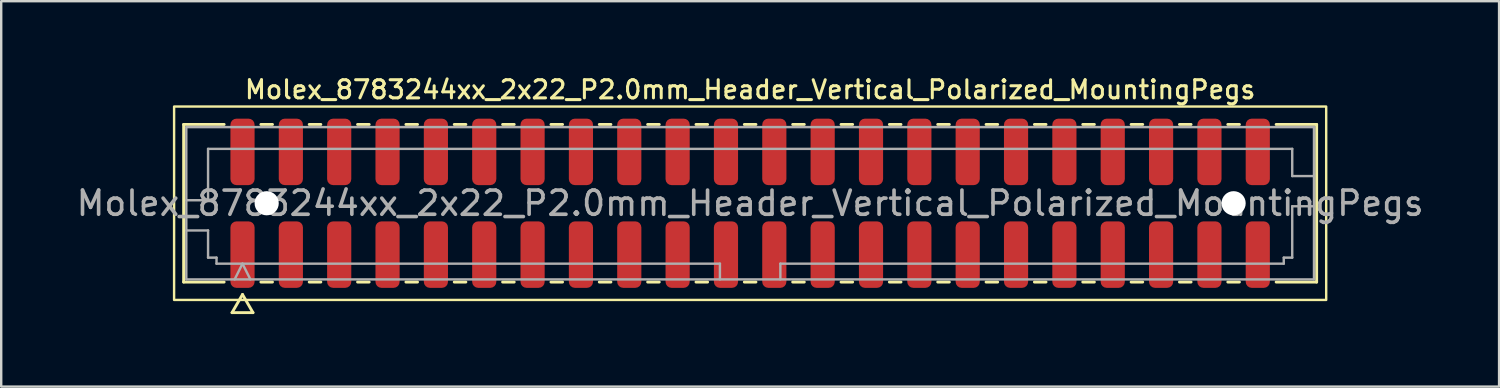
<source format=kicad_pcb>
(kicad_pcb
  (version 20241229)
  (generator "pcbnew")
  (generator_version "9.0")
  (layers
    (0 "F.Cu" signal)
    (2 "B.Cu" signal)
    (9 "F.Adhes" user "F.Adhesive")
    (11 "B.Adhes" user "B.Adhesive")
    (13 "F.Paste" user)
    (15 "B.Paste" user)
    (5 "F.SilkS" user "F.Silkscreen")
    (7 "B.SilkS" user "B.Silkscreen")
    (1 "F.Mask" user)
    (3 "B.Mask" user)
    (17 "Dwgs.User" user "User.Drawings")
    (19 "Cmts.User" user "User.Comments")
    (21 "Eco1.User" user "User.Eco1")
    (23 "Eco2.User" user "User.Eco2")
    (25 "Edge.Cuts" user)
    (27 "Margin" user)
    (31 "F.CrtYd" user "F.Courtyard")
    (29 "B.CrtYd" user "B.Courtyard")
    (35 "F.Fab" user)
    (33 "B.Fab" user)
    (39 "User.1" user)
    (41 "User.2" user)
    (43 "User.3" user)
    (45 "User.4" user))
  (footprint "Molex_8783244xx_2x22_P2.0mm_Header_Vertical_Polarized_MountingPegs"
    (layer "F.Cu")
    (at 27.982 5.358)
    (property "Reference" "Molex_8783244xx_2x22_P2.0mm_Header_Vertical_Polarized_MountingPegs" (at 0 -4.7 0) (layer "F.SilkS") (effects (font (size 0.75 0.75) (thickness 0.125))))
    (attr smd)
    (fp_line (start -23.435 -3.26) (end -21.76 -3.26) (stroke (width 0.12) (type solid)) (layer "F.SilkS"))
    (fp_line (start -23.435 3.26) (end -23.435 -3.26) (stroke (width 0.12) (type solid)) (layer "F.SilkS"))
    (fp_line (start -21.76 3.26) (end -23.435 3.26) (stroke (width 0.12) (type solid)) (layer "F.SilkS"))
    (fp_line (start -21.433 4.525) (end -21 3.775) (stroke (width 0.12) (type solid)) (layer "F.SilkS"))
    (fp_line (start -21 3.775) (end -20.567 4.525) (stroke (width 0.12) (type solid)) (layer "F.SilkS"))
    (fp_line (start -20.567 4.525) (end -21.433 4.525) (stroke (width 0.12) (type solid)) (layer "F.SilkS"))
    (fp_line (start -20.24 -3.26) (end -19.76 -3.26) (stroke (width 0.12) (type solid)) (layer "F.SilkS"))
    (fp_line (start -19.76 3.26) (end -20.24 3.26) (stroke (width 0.12) (type solid)) (layer "F.SilkS"))
    (fp_line (start -18.24 -3.26) (end -17.76 -3.26) (stroke (width 0.12) (type solid)) (layer "F.SilkS"))
    (fp_line (start -17.76 3.26) (end -18.24 3.26) (stroke (width 0.12) (type solid)) (layer "F.SilkS"))
    (fp_line (start -16.24 -3.26) (end -15.76 -3.26) (stroke (width 0.12) (type solid)) (layer "F.SilkS"))
    (fp_line (start -15.76 3.26) (end -16.24 3.26) (stroke (width 0.12) (type solid)) (layer "F.SilkS"))
    (fp_line (start -14.24 -3.26) (end -13.76 -3.26) (stroke (width 0.12) (type solid)) (layer "F.SilkS"))
    (fp_line (start -13.76 3.26) (end -14.24 3.26) (stroke (width 0.12) (type solid)) (layer "F.SilkS"))
    (fp_line (start -12.24 -3.26) (end -11.76 -3.26) (stroke (width 0.12) (type solid)) (layer "F.SilkS"))
    (fp_line (start -11.76 3.26) (end -12.24 3.26) (stroke (width 0.12) (type solid)) (layer "F.SilkS"))
    (fp_line (start -10.24 -3.26) (end -9.76 -3.26) (stroke (width 0.12) (type solid)) (layer "F.SilkS"))
    (fp_line (start -9.76 3.26) (end -10.24 3.26) (stroke (width 0.12) (type solid)) (layer "F.SilkS"))
    (fp_line (start -8.24 -3.26) (end -7.76 -3.26) (stroke (width 0.12) (type solid)) (layer "F.SilkS"))
    (fp_line (start -7.76 3.26) (end -8.24 3.26) (stroke (width 0.12) (type solid)) (layer "F.SilkS"))
    (fp_line (start -6.24 -3.26) (end -5.76 -3.26) (stroke (width 0.12) (type solid)) (layer "F.SilkS"))
    (fp_line (start -5.76 3.26) (end -6.24 3.26) (stroke (width 0.12) (type solid)) (layer "F.SilkS"))
    (fp_line (start -4.24 -3.26) (end -3.76 -3.26) (stroke (width 0.12) (type solid)) (layer "F.SilkS"))
    (fp_line (start -3.76 3.26) (end -4.24 3.26) (stroke (width 0.12) (type solid)) (layer "F.SilkS"))
    (fp_line (start -2.24 -3.26) (end -1.76 -3.26) (stroke (width 0.12) (type solid)) (layer "F.SilkS"))
    (fp_line (start -1.76 3.26) (end -2.24 3.26) (stroke (width 0.12) (type solid)) (layer "F.SilkS"))
    (fp_line (start -0.24 -3.26) (end 0.24 -3.26) (stroke (width 0.12) (type solid)) (layer "F.SilkS"))
    (fp_line (start 0.24 3.26) (end -0.24 3.26) (stroke (width 0.12) (type solid)) (layer "F.SilkS"))
    (fp_line (start 1.76 -3.26) (end 2.24 -3.26) (stroke (width 0.12) (type solid)) (layer "F.SilkS"))
    (fp_line (start 2.24 3.26) (end 1.76 3.26) (stroke (width 0.12) (type solid)) (layer "F.SilkS"))
    (fp_line (start 3.76 -3.26) (end 4.24 -3.26) (stroke (width 0.12) (type solid)) (layer "F.SilkS"))
    (fp_line (start 4.24 3.26) (end 3.76 3.26) (stroke (width 0.12) (type solid)) (layer "F.SilkS"))
    (fp_line (start 5.76 -3.26) (end 6.24 -3.26) (stroke (width 0.12) (type solid)) (layer "F.SilkS"))
    (fp_line (start 6.24 3.26) (end 5.76 3.26) (stroke (width 0.12) (type solid)) (layer "F.SilkS"))
    (fp_line (start 7.76 -3.26) (end 8.24 -3.26) (stroke (width 0.12) (type solid)) (layer "F.SilkS"))
    (fp_line (start 8.24 3.26) (end 7.76 3.26) (stroke (width 0.12) (type solid)) (layer "F.SilkS"))
    (fp_line (start 9.76 -3.26) (end 10.24 -3.26) (stroke (width 0.12) (type solid)) (layer "F.SilkS"))
    (fp_line (start 10.24 3.26) (end 9.76 3.26) (stroke (width 0.12) (type solid)) (layer "F.SilkS"))
    (fp_line (start 11.76 -3.26) (end 12.24 -3.26) (stroke (width 0.12) (type solid)) (layer "F.SilkS"))
    (fp_line (start 12.24 3.26) (end 11.76 3.26) (stroke (width 0.12) (type solid)) (layer "F.SilkS"))
    (fp_line (start 13.76 -3.26) (end 14.24 -3.26) (stroke (width 0.12) (type solid)) (layer "F.SilkS"))
    (fp_line (start 14.24 3.26) (end 13.76 3.26) (stroke (width 0.12) (type solid)) (layer "F.SilkS"))
    (fp_line (start 15.76 -3.26) (end 16.24 -3.26) (stroke (width 0.12) (type solid)) (layer "F.SilkS"))
    (fp_line (start 16.24 3.26) (end 15.76 3.26) (stroke (width 0.12) (type solid)) (layer "F.SilkS"))
    (fp_line (start 17.76 -3.26) (end 18.24 -3.26) (stroke (width 0.12) (type solid)) (layer "F.SilkS"))
    (fp_line (start 18.24 3.26) (end 17.76 3.26) (stroke (width 0.12) (type solid)) (layer "F.SilkS"))
    (fp_line (start 19.76 -3.26) (end 20.24 -3.26) (stroke (width 0.12) (type solid)) (layer "F.SilkS"))
    (fp_line (start 20.24 3.26) (end 19.76 3.26) (stroke (width 0.12) (type solid)) (layer "F.SilkS"))
    (fp_line (start 21.76 -3.26) (end 23.435 -3.26) (stroke (width 0.12) (type solid)) (layer "F.SilkS"))
    (fp_line (start 23.435 -3.26) (end 23.435 3.26) (stroke (width 0.12) (type solid)) (layer "F.SilkS"))
    (fp_line (start 23.435 3.26) (end 21.76 3.26) (stroke (width 0.12) (type solid)) (layer "F.SilkS"))
    (fp_rect (start -23.83 -4) (end 23.83 4) (stroke (width 0.1) (type solid)) (fill no) (layer "F.SilkS"))
    (fp_line (start -23.325 -3.15) (end 23.325 -3.15) (stroke (width 0.1) (type solid)) (layer "F.Fab"))
    (fp_line (start -23.325 -0.125) (end -22.425 -0.125) (stroke (width 0.1) (type solid)) (layer "F.Fab"))
    (fp_line (start -23.325 1.125) (end -22.425 1.125) (stroke (width 0.1) (type solid)) (layer "F.Fab"))
    (fp_line (start -23.325 3.15) (end -23.325 -3.15) (stroke (width 0.1) (type solid)) (layer "F.Fab"))
    (fp_line (start -22.425 -2.25) (end 22.425 -2.25) (stroke (width 0.1) (type solid)) (layer "F.Fab"))
    (fp_line (start -22.425 -0.125) (end -22.425 -2.25) (stroke (width 0.1) (type solid)) (layer "F.Fab"))
    (fp_line (start -22.425 1.125) (end -22.425 2.25) (stroke (width 0.1) (type solid)) (layer "F.Fab"))
    (fp_line (start -22.425 2.25) (end -22.075 2.25) (stroke (width 0.1) (type solid)) (layer "F.Fab"))
    (fp_line (start -22.075 2.25) (end -22.075 2.5) (stroke (width 0.1) (type solid)) (layer "F.Fab"))
    (fp_line (start -22.075 2.5) (end -1.25 2.5) (stroke (width 0.1) (type solid)) (layer "F.Fab"))
    (fp_line (start -21.325 3.15) (end -21 2.5) (stroke (width 0.1) (type solid)) (layer "F.Fab"))
    (fp_line (start -21 2.5) (end -20.675 3.15) (stroke (width 0.1) (type solid)) (layer "F.Fab"))
    (fp_line (start -1.25 2.5) (end -1.25 3.15) (stroke (width 0.1) (type solid)) (layer "F.Fab"))
    (fp_line (start 1.25 2.5) (end 1.25 3.15) (stroke (width 0.1) (type solid)) (layer "F.Fab"))
    (fp_line (start 1.25 2.5) (end 22.075 2.5) (stroke (width 0.1) (type solid)) (layer "F.Fab"))
    (fp_line (start 22.075 2.25) (end 22.425 2.25) (stroke (width 0.1) (type solid)) (layer "F.Fab"))
    (fp_line (start 22.075 2.5) (end 22.075 2.25) (stroke (width 0.1) (type solid)) (layer "F.Fab"))
    (fp_line (start 22.425 -2.25) (end 22.425 -1.125) (stroke (width 0.1) (type solid)) (layer "F.Fab"))
    (fp_line (start 22.425 -1.125) (end 23.325 -1.125) (stroke (width 0.1) (type solid)) (layer "F.Fab"))
    (fp_line (start 22.425 0.125) (end 23.325 0.125) (stroke (width 0.1) (type solid)) (layer "F.Fab"))
    (fp_line (start 22.425 2.25) (end 22.425 0.125) (stroke (width 0.1) (type solid)) (layer "F.Fab"))
    (fp_line (start 23.325 -3.15) (end 23.325 3.15) (stroke (width 0.1) (type solid)) (layer "F.Fab"))
    (fp_line (start 23.325 3.15) (end -23.325 3.15) (stroke (width 0.1) (type solid)) (layer "F.Fab"))
    (fp_text user "${REFERENCE}" (at 0 0 0) (layer "F.Fab") (effects (font (size 1 1) (thickness 0.15))))
    (pad "" np_thru_hole circle (at -20 0) (size 1 1) (drill 1) (layers "*.Cu" "*.Mask"))
    (pad "" np_thru_hole circle (at 20 0) (size 1 1) (drill 1) (layers "*.Cu" "*.Mask"))
    (pad "1" smd roundrect (at -21 2.125) (size 1 2.75) (layers "F.Cu" "F.Mask" "F.Paste") (roundrect_rratio 0.25))
    (pad "2" smd roundrect (at -21 -2.125) (size 1 2.75) (layers "F.Cu" "F.Mask" "F.Paste") (roundrect_rratio 0.25))
    (pad "3" smd roundrect (at -19 2.125) (size 1 2.75) (layers "F.Cu" "F.Mask" "F.Paste") (roundrect_rratio 0.25))
    (pad "4" smd roundrect (at -19 -2.125) (size 1 2.75) (layers "F.Cu" "F.Mask" "F.Paste") (roundrect_rratio 0.25))
    (pad "5" smd roundrect (at -17 2.125) (size 1 2.75) (layers "F.Cu" "F.Mask" "F.Paste") (roundrect_rratio 0.25))
    (pad "6" smd roundrect (at -17 -2.125) (size 1 2.75) (layers "F.Cu" "F.Mask" "F.Paste") (roundrect_rratio 0.25))
    (pad "7" smd roundrect (at -15 2.125) (size 1 2.75) (layers "F.Cu" "F.Mask" "F.Paste") (roundrect_rratio 0.25))
    (pad "8" smd roundrect (at -15 -2.125) (size 1 2.75) (layers "F.Cu" "F.Mask" "F.Paste") (roundrect_rratio 0.25))
    (pad "9" smd roundrect (at -13 2.125) (size 1 2.75) (layers "F.Cu" "F.Mask" "F.Paste") (roundrect_rratio 0.25))
    (pad "10" smd roundrect (at -13 -2.125) (size 1 2.75) (layers "F.Cu" "F.Mask" "F.Paste") (roundrect_rratio 0.25))
    (pad "11" smd roundrect (at -11 2.125) (size 1 2.75) (layers "F.Cu" "F.Mask" "F.Paste") (roundrect_rratio 0.25))
    (pad "12" smd roundrect (at -11 -2.125) (size 1 2.75) (layers "F.Cu" "F.Mask" "F.Paste") (roundrect_rratio 0.25))
    (pad "13" smd roundrect (at -9 2.125) (size 1 2.75) (layers "F.Cu" "F.Mask" "F.Paste") (roundrect_rratio 0.25))
    (pad "14" smd roundrect (at -9 -2.125) (size 1 2.75) (layers "F.Cu" "F.Mask" "F.Paste") (roundrect_rratio 0.25))
    (pad "15" smd roundrect (at -7 2.125) (size 1 2.75) (layers "F.Cu" "F.Mask" "F.Paste") (roundrect_rratio 0.25))
    (pad "16" smd roundrect (at -7 -2.125) (size 1 2.75) (layers "F.Cu" "F.Mask" "F.Paste") (roundrect_rratio 0.25))
    (pad "17" smd roundrect (at -5 2.125) (size 1 2.75) (layers "F.Cu" "F.Mask" "F.Paste") (roundrect_rratio 0.25))
    (pad "18" smd roundrect (at -5 -2.125) (size 1 2.75) (layers "F.Cu" "F.Mask" "F.Paste") (roundrect_rratio 0.25))
    (pad "19" smd roundrect (at -3 2.125) (size 1 2.75) (layers "F.Cu" "F.Mask" "F.Paste") (roundrect_rratio 0.25))
    (pad "20" smd roundrect (at -3 -2.125) (size 1 2.75) (layers "F.Cu" "F.Mask" "F.Paste") (roundrect_rratio 0.25))
    (pad "21" smd roundrect (at -1 2.125) (size 1 2.75) (layers "F.Cu" "F.Mask" "F.Paste") (roundrect_rratio 0.25))
    (pad "22" smd roundrect (at -1 -2.125) (size 1 2.75) (layers "F.Cu" "F.Mask" "F.Paste") (roundrect_rratio 0.25))
    (pad "23" smd roundrect (at 1 2.125) (size 1 2.75) (layers "F.Cu" "F.Mask" "F.Paste") (roundrect_rratio 0.25))
    (pad "24" smd roundrect (at 1 -2.125) (size 1 2.75) (layers "F.Cu" "F.Mask" "F.Paste") (roundrect_rratio 0.25))
    (pad "25" smd roundrect (at 3 2.125) (size 1 2.75) (layers "F.Cu" "F.Mask" "F.Paste") (roundrect_rratio 0.25))
    (pad "26" smd roundrect (at 3 -2.125) (size 1 2.75) (layers "F.Cu" "F.Mask" "F.Paste") (roundrect_rratio 0.25))
    (pad "27" smd roundrect (at 5 2.125) (size 1 2.75) (layers "F.Cu" "F.Mask" "F.Paste") (roundrect_rratio 0.25))
    (pad "28" smd roundrect (at 5 -2.125) (size 1 2.75) (layers "F.Cu" "F.Mask" "F.Paste") (roundrect_rratio 0.25))
    (pad "29" smd roundrect (at 7 2.125) (size 1 2.75) (layers "F.Cu" "F.Mask" "F.Paste") (roundrect_rratio 0.25))
    (pad "30" smd roundrect (at 7 -2.125) (size 1 2.75) (layers "F.Cu" "F.Mask" "F.Paste") (roundrect_rratio 0.25))
    (pad "31" smd roundrect (at 9 2.125) (size 1 2.75) (layers "F.Cu" "F.Mask" "F.Paste") (roundrect_rratio 0.25))
    (pad "32" smd roundrect (at 9 -2.125) (size 1 2.75) (layers "F.Cu" "F.Mask" "F.Paste") (roundrect_rratio 0.25))
    (pad "33" smd roundrect (at 11 2.125) (size 1 2.75) (layers "F.Cu" "F.Mask" "F.Paste") (roundrect_rratio 0.25))
    (pad "34" smd roundrect (at 11 -2.125) (size 1 2.75) (layers "F.Cu" "F.Mask" "F.Paste") (roundrect_rratio 0.25))
    (pad "35" smd roundrect (at 13 2.125) (size 1 2.75) (layers "F.Cu" "F.Mask" "F.Paste") (roundrect_rratio 0.25))
    (pad "36" smd roundrect (at 13 -2.125) (size 1 2.75) (layers "F.Cu" "F.Mask" "F.Paste") (roundrect_rratio 0.25))
    (pad "37" smd roundrect (at 15 2.125) (size 1 2.75) (layers "F.Cu" "F.Mask" "F.Paste") (roundrect_rratio 0.25))
    (pad "38" smd roundrect (at 15 -2.125) (size 1 2.75) (layers "F.Cu" "F.Mask" "F.Paste") (roundrect_rratio 0.25))
    (pad "39" smd roundrect (at 17 2.125) (size 1 2.75) (layers "F.Cu" "F.Mask" "F.Paste") (roundrect_rratio 0.25))
    (pad "40" smd roundrect (at 17 -2.125) (size 1 2.75) (layers "F.Cu" "F.Mask" "F.Paste") (roundrect_rratio 0.25))
    (pad "41" smd roundrect (at 19 2.125) (size 1 2.75) (layers "F.Cu" "F.Mask" "F.Paste") (roundrect_rratio 0.25))
    (pad "42" smd roundrect (at 19 -2.125) (size 1 2.75) (layers "F.Cu" "F.Mask" "F.Paste") (roundrect_rratio 0.25))
    (pad "43" smd roundrect (at 21 2.125) (size 1 2.75) (layers "F.Cu" "F.Mask" "F.Paste") (roundrect_rratio 0.25))
    (pad "44" smd roundrect (at 21 -2.125) (size 1 2.75) (layers "F.Cu" "F.Mask" "F.Paste") (roundrect_rratio 0.25)))
  (gr_rect
    (start -3 -3)
    (end 58.964 12.943)
    (stroke (width 0.1) (type default))
    (fill no)
    (layer "Edge.Cuts")))
</source>
